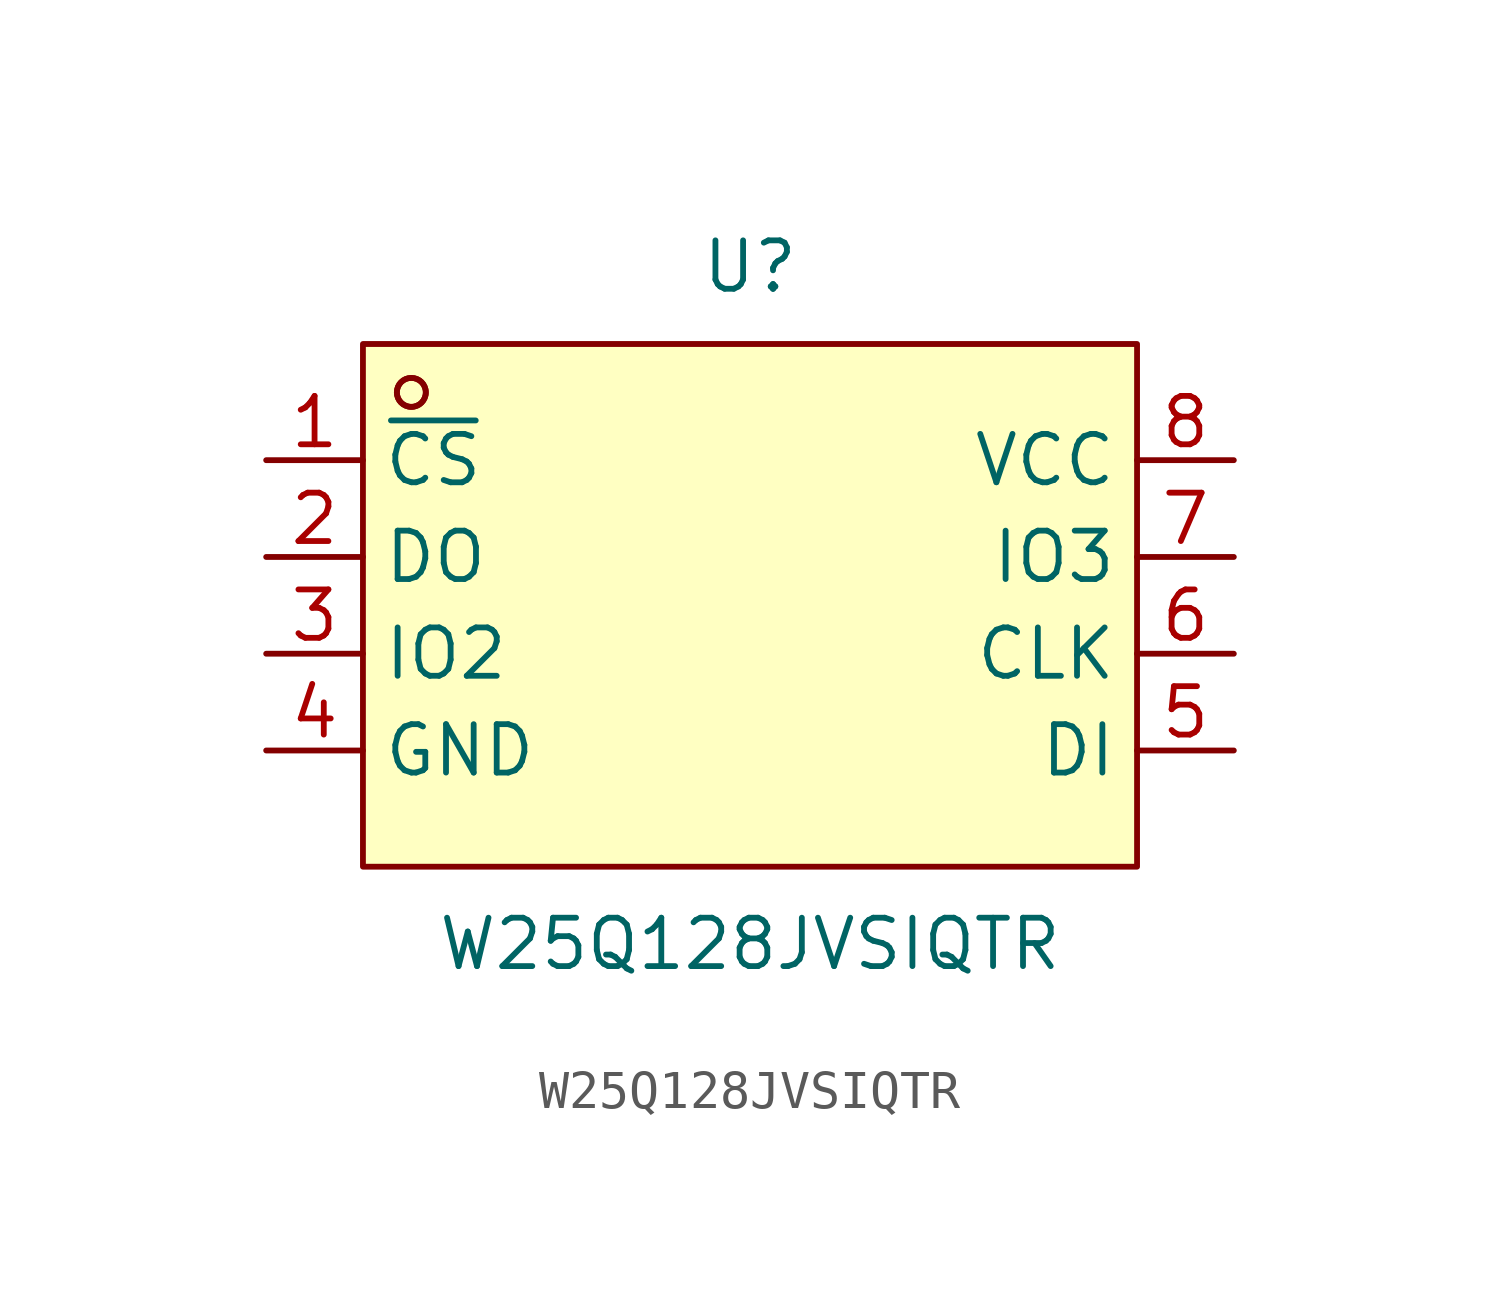
<source format=kicad_sym>
(kicad_symbol_lib
  (version 20231120)
  (generator "kicad_symbol_editor")
  (generator_version "8.0")
  (symbol "W25Q128JVSIQTR"
    (property "Reference" "U"
      (at 0 8.89 0)
      (effects (font (size 1.27 1.27))))
    (property "Value" "W25Q128JVSIQTR"
      (at 0 -8.89 0)
      (effects (font (size 1.27 1.27))))
    (symbol "W25Q128JVSIQTR_0_1"
      (rectangle (start -10.16 6.86) (end 10.16 -6.86) (stroke (width 0) (type default) (color 0 0 0 0)) (fill (type background)))
      (circle (center -8.89 5.59) (radius 0.38) (stroke (width 0) (type default) (color 0 0 0 0)) (fill (type none)))
      (circle (center -8.89 5.59) (radius 0.38) (stroke (width 0) (type default) (color 0 0 0 0)) (fill (type none)))
      (pin unspecified line (at -12.70 3.81 0) (length 2.54) (name "~{CS}" (effects (font (size 1.27 1.27)))) (number "1" (effects (font (size 1.27 1.27)))))
      (pin unspecified line (at -12.70 1.27 0) (length 2.54) (name "DO" (effects (font (size 1.27 1.27)))) (number "2" (effects (font (size 1.27 1.27)))))
      (pin unspecified line (at -12.70 -1.27 0) (length 2.54) (name "IO2" (effects (font (size 1.27 1.27)))) (number "3" (effects (font (size 1.27 1.27)))))
      (pin unspecified line (at -12.70 -3.81 0) (length 2.54) (name "GND" (effects (font (size 1.27 1.27)))) (number "4" (effects (font (size 1.27 1.27)))))
      (pin unspecified line (at 12.70 -3.81 180) (length 2.54) (name "DI" (effects (font (size 1.27 1.27)))) (number "5" (effects (font (size 1.27 1.27)))))
      (pin unspecified line (at 12.70 -1.27 180) (length 2.54) (name "CLK" (effects (font (size 1.27 1.27)))) (number "6" (effects (font (size 1.27 1.27)))))
      (pin unspecified line (at 12.70 1.27 180) (length 2.54) (name "IO3" (effects (font (size 1.27 1.27)))) (number "7" (effects (font (size 1.27 1.27)))))
      (pin unspecified line (at 12.70 3.81 180) (length 2.54) (name "VCC" (effects (font (size 1.27 1.27)))) (number "8" (effects (font (size 1.27 1.27))))))))
</source>
